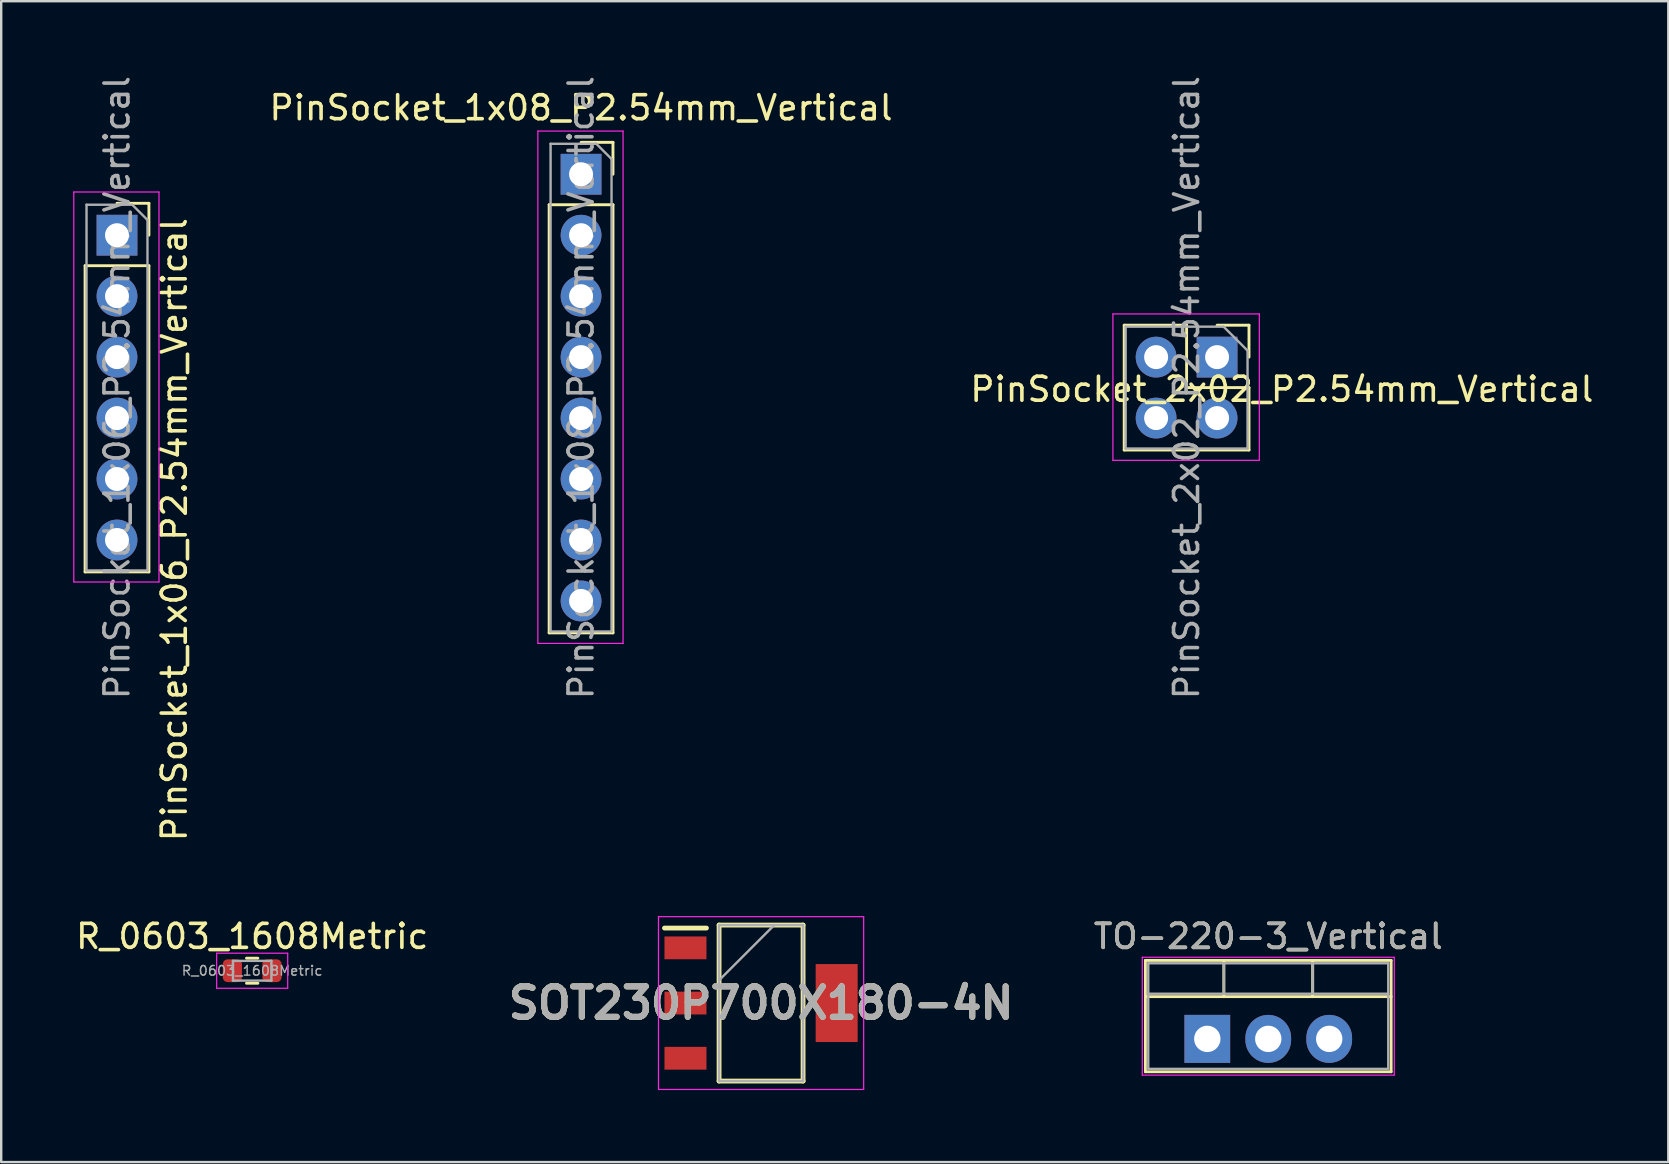
<source format=kicad_pcb>
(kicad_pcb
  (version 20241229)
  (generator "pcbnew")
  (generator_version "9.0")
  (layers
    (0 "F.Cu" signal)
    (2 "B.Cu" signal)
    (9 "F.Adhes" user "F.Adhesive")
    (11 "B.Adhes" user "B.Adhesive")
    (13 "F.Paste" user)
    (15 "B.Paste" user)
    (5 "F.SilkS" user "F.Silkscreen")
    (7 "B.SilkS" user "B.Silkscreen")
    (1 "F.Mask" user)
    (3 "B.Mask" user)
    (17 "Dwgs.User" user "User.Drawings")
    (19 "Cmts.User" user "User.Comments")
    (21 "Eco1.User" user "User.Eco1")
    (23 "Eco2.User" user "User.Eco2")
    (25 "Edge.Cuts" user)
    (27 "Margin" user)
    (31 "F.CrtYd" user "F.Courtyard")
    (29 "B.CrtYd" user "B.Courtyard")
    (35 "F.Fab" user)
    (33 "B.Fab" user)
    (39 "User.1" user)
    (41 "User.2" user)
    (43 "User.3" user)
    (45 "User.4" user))
  (footprint "PinSocket_1x06_P2.54mm_Vertical"
    (layer "F.Cu")
    (at 1.825 6.751)
    (property "Reference" "PinSocket_1x06_P2.54mm_Vertical" (at 2.388 12.268 90) (layer "F.SilkS") (effects (font (size 1 1) (thickness 0.15))))
    (attr through_hole)
    (fp_line (start -1.33 1.27) (end -1.33 14.03) (stroke (width 0.12) (type solid)) (layer "F.SilkS"))
    (fp_line (start -1.33 1.27) (end 1.33 1.27) (stroke (width 0.12) (type solid)) (layer "F.SilkS"))
    (fp_line (start -1.33 14.03) (end 1.33 14.03) (stroke (width 0.12) (type solid)) (layer "F.SilkS"))
    (fp_line (start 0 -1.33) (end 1.33 -1.33) (stroke (width 0.12) (type solid)) (layer "F.SilkS"))
    (fp_line (start 1.33 -1.33) (end 1.33 0) (stroke (width 0.12) (type solid)) (layer "F.SilkS"))
    (fp_line (start 1.33 1.27) (end 1.33 14.03) (stroke (width 0.12) (type solid)) (layer "F.SilkS"))
    (fp_line (start -1.8 -1.8) (end 1.75 -1.8) (stroke (width 0.05) (type solid)) (layer "F.CrtYd"))
    (fp_line (start -1.8 14.45) (end -1.8 -1.8) (stroke (width 0.05) (type solid)) (layer "F.CrtYd"))
    (fp_line (start 1.75 -1.8) (end 1.75 14.45) (stroke (width 0.05) (type solid)) (layer "F.CrtYd"))
    (fp_line (start 1.75 14.45) (end -1.8 14.45) (stroke (width 0.05) (type solid)) (layer "F.CrtYd"))
    (fp_line (start -1.27 -1.27) (end 0.635 -1.27) (stroke (width 0.1) (type solid)) (layer "F.Fab"))
    (fp_line (start -1.27 13.97) (end -1.27 -1.27) (stroke (width 0.1) (type solid)) (layer "F.Fab"))
    (fp_line (start 0.635 -1.27) (end 1.27 -0.635) (stroke (width 0.1) (type solid)) (layer "F.Fab"))
    (fp_line (start 1.27 -0.635) (end 1.27 13.97) (stroke (width 0.1) (type solid)) (layer "F.Fab"))
    (fp_line (start 1.27 13.97) (end -1.27 13.97) (stroke (width 0.1) (type solid)) (layer "F.Fab"))
    (fp_text user "${REFERENCE}" (at 0 6.35 270) (layer "F.Fab") (effects (font (size 1 1) (thickness 0.15))))
    (pad "1" thru_hole rect (at 0 0) (size 1.7 1.7) (drill 1) (layers "*.Cu" "*.Mask"))
    (pad "2" thru_hole oval (at 0 2.54) (size 1.7 1.7) (drill 1) (layers "*.Cu" "*.Mask"))
    (pad "3" thru_hole oval (at 0 5.08) (size 1.7 1.7) (drill 1) (layers "*.Cu" "*.Mask"))
    (pad "4" thru_hole oval (at 0 7.62) (size 1.7 1.7) (drill 1) (layers "*.Cu" "*.Mask"))
    (pad "5" thru_hole oval (at 0 10.16) (size 1.7 1.7) (drill 1) (layers "*.Cu" "*.Mask"))
    (pad "6" thru_hole oval (at 0 12.7) (size 1.7 1.7) (drill 1) (layers "*.Cu" "*.Mask")))
  (footprint "PinSocket_1x08_P2.54mm_Vertical"
    (layer "F.Cu")
    (at 21.162 4.211)
    (property "Reference" "PinSocket_1x08_P2.54mm_Vertical" (at 0 -2.77 0) (layer "F.SilkS") (effects (font (size 1 1) (thickness 0.15))))
    (attr through_hole)
    (fp_line (start -1.33 1.27) (end -1.33 19.11) (stroke (width 0.12) (type solid)) (layer "F.SilkS"))
    (fp_line (start -1.33 1.27) (end 1.33 1.27) (stroke (width 0.12) (type solid)) (layer "F.SilkS"))
    (fp_line (start -1.33 19.11) (end 1.33 19.11) (stroke (width 0.12) (type solid)) (layer "F.SilkS"))
    (fp_line (start 0 -1.33) (end 1.33 -1.33) (stroke (width 0.12) (type solid)) (layer "F.SilkS"))
    (fp_line (start 1.33 -1.33) (end 1.33 0) (stroke (width 0.12) (type solid)) (layer "F.SilkS"))
    (fp_line (start 1.33 1.27) (end 1.33 19.11) (stroke (width 0.12) (type solid)) (layer "F.SilkS"))
    (fp_line (start -1.8 -1.8) (end 1.75 -1.8) (stroke (width 0.05) (type solid)) (layer "F.CrtYd"))
    (fp_line (start -1.8 19.55) (end -1.8 -1.8) (stroke (width 0.05) (type solid)) (layer "F.CrtYd"))
    (fp_line (start 1.75 -1.8) (end 1.75 19.55) (stroke (width 0.05) (type solid)) (layer "F.CrtYd"))
    (fp_line (start 1.75 19.55) (end -1.8 19.55) (stroke (width 0.05) (type solid)) (layer "F.CrtYd"))
    (fp_line (start -1.27 -1.27) (end 0.635 -1.27) (stroke (width 0.1) (type solid)) (layer "F.Fab"))
    (fp_line (start -1.27 19.05) (end -1.27 -1.27) (stroke (width 0.1) (type solid)) (layer "F.Fab"))
    (fp_line (start 0.635 -1.27) (end 1.27 -0.635) (stroke (width 0.1) (type solid)) (layer "F.Fab"))
    (fp_line (start 1.27 -0.635) (end 1.27 19.05) (stroke (width 0.1) (type solid)) (layer "F.Fab"))
    (fp_line (start 1.27 19.05) (end -1.27 19.05) (stroke (width 0.1) (type solid)) (layer "F.Fab"))
    (fp_text user "${REFERENCE}" (at 0 8.89 270) (layer "F.Fab") (effects (font (size 1 1) (thickness 0.15))))
    (pad "1" thru_hole rect (at 0 0) (size 1.7 1.7) (drill 1) (layers "*.Cu" "*.Mask"))
    (pad "2" thru_hole oval (at 0 2.54) (size 1.7 1.7) (drill 1) (layers "*.Cu" "*.Mask"))
    (pad "3" thru_hole oval (at 0 5.08) (size 1.7 1.7) (drill 1) (layers "*.Cu" "*.Mask"))
    (pad "4" thru_hole oval (at 0 7.62) (size 1.7 1.7) (drill 1) (layers "*.Cu" "*.Mask"))
    (pad "5" thru_hole oval (at 0 10.16) (size 1.7 1.7) (drill 1) (layers "*.Cu" "*.Mask"))
    (pad "6" thru_hole oval (at 0 12.7) (size 1.7 1.7) (drill 1) (layers "*.Cu" "*.Mask"))
    (pad "7" thru_hole oval (at 0 15.24) (size 1.7 1.7) (drill 1) (layers "*.Cu" "*.Mask"))
    (pad "8" thru_hole oval (at 0 17.78) (size 1.7 1.7) (drill 1) (layers "*.Cu" "*.Mask")))
  (footprint "TO-220-3_Vertical"
    (layer "F.Cu")
    (at 47.257 40.239)
    (property "Reference" "TO-220-3_Vertical" (at 2.54 -4.27 180) (layer "F.SilkS") (effects (font (size 1 1) (thickness 0.15))))
    (attr through_hole)
    (fp_line (start -2.58 -3.27) (end -2.58 1.371) (stroke (width 0.12) (type solid)) (layer "F.SilkS"))
    (fp_line (start -2.58 -3.27) (end 7.66 -3.27) (stroke (width 0.12) (type solid)) (layer "F.SilkS"))
    (fp_line (start -2.58 -1.76) (end 7.66 -1.76) (stroke (width 0.12) (type solid)) (layer "F.SilkS"))
    (fp_line (start -2.58 1.371) (end 7.66 1.371) (stroke (width 0.12) (type solid)) (layer "F.SilkS"))
    (fp_line (start 0.69 -3.27) (end 0.69 -1.76) (stroke (width 0.12) (type solid)) (layer "F.SilkS"))
    (fp_line (start 4.391 -3.27) (end 4.391 -1.76) (stroke (width 0.12) (type solid)) (layer "F.SilkS"))
    (fp_line (start 7.66 -3.27) (end 7.66 1.371) (stroke (width 0.12) (type solid)) (layer "F.SilkS"))
    (fp_line (start -2.71 -3.4) (end -2.71 1.51) (stroke (width 0.05) (type solid)) (layer "F.CrtYd"))
    (fp_line (start -2.71 1.51) (end 7.79 1.51) (stroke (width 0.05) (type solid)) (layer "F.CrtYd"))
    (fp_line (start 7.79 -3.4) (end -2.71 -3.4) (stroke (width 0.05) (type solid)) (layer "F.CrtYd"))
    (fp_line (start 7.79 1.51) (end 7.79 -3.4) (stroke (width 0.05) (type solid)) (layer "F.CrtYd"))
    (fp_line (start -2.46 -3.15) (end -2.46 1.25) (stroke (width 0.1) (type solid)) (layer "F.Fab"))
    (fp_line (start -2.46 -1.88) (end 7.54 -1.88) (stroke (width 0.1) (type solid)) (layer "F.Fab"))
    (fp_line (start -2.46 1.25) (end 7.54 1.25) (stroke (width 0.1) (type solid)) (layer "F.Fab"))
    (fp_line (start 0.69 -3.15) (end 0.69 -1.88) (stroke (width 0.1) (type solid)) (layer "F.Fab"))
    (fp_line (start 4.39 -3.15) (end 4.39 -1.88) (stroke (width 0.1) (type solid)) (layer "F.Fab"))
    (fp_line (start 7.54 -3.15) (end -2.46 -3.15) (stroke (width 0.1) (type solid)) (layer "F.Fab"))
    (fp_line (start 7.54 1.25) (end 7.54 -3.15) (stroke (width 0.1) (type solid)) (layer "F.Fab"))
    (fp_text user "${REFERENCE}" (at 2.54 -4.27 180) (layer "F.Fab") (effects (font (size 1 1) (thickness 0.15))))
    (pad "1" thru_hole rect (at 0 0) (size 1.905 2) (drill 1.1) (layers "*.Cu" "*.Mask"))
    (pad "2" thru_hole oval (at 2.54 0) (size 1.905 2) (drill 1.1) (layers "*.Cu" "*.Mask"))
    (pad "3" thru_hole oval (at 5.08 0) (size 1.905 2) (drill 1.1) (layers "*.Cu" "*.Mask")))
  (footprint "R_0603_1608Metric"
    (layer "F.Cu")
    (at 7.458 37.399)
    (property "Reference" "R_0603_1608Metric" (at 0 -1.43 180) (layer "F.SilkS") (effects (font (size 1 1) (thickness 0.15))))
    (attr smd)
    (fp_line (start -0.237 -0.522) (end 0.237 -0.522) (stroke (width 0.12) (type solid)) (layer "F.SilkS"))
    (fp_line (start -0.237 0.522) (end 0.237 0.522) (stroke (width 0.12) (type solid)) (layer "F.SilkS"))
    (fp_line (start -1.48 -0.73) (end 1.48 -0.73) (stroke (width 0.05) (type solid)) (layer "F.CrtYd"))
    (fp_line (start -1.48 0.73) (end -1.48 -0.73) (stroke (width 0.05) (type solid)) (layer "F.CrtYd"))
    (fp_line (start 1.48 -0.73) (end 1.48 0.73) (stroke (width 0.05) (type solid)) (layer "F.CrtYd"))
    (fp_line (start 1.48 0.73) (end -1.48 0.73) (stroke (width 0.05) (type solid)) (layer "F.CrtYd"))
    (fp_line (start -0.8 -0.412) (end 0.8 -0.412) (stroke (width 0.1) (type solid)) (layer "F.Fab"))
    (fp_line (start -0.8 0.412) (end -0.8 -0.412) (stroke (width 0.1) (type solid)) (layer "F.Fab"))
    (fp_line (start 0.8 -0.412) (end 0.8 0.412) (stroke (width 0.1) (type solid)) (layer "F.Fab"))
    (fp_line (start 0.8 0.412) (end -0.8 0.412) (stroke (width 0.1) (type solid)) (layer "F.Fab"))
    (fp_text user "${REFERENCE}" (at 0 0 180) (layer "F.Fab") (effects (font (size 0.4 0.4) (thickness 0.06))))
    (pad "1" smd roundrect (at -0.825 0) (size 0.8 0.95) (layers "F.Cu" "F.Mask" "F.Paste") (roundrect_rratio 0.25))
    (pad "2" smd roundrect (at 0.825 0) (size 0.8 0.95) (layers "F.Cu" "F.Mask" "F.Paste") (roundrect_rratio 0.25)))
  (footprint "SOT230P700X180-4N"
    (layer "F.Cu")
    (at 28.663 38.746)
    (property "Reference" "SOT230P700X180-4N" (at 0 0 0) (layer "F.SilkS") (effects (font (size 1.27 1.27) (thickness 0.254))))
    (attr smd)
    (fp_line (start -4.025 -3.125) (end -2.275 -3.125) (stroke (width 0.2) (type solid)) (layer "F.SilkS"))
    (fp_line (start -1.75 -3.25) (end 1.75 -3.25) (stroke (width 0.2) (type solid)) (layer "F.SilkS"))
    (fp_line (start -1.75 3.25) (end -1.75 -3.25) (stroke (width 0.2) (type solid)) (layer "F.SilkS"))
    (fp_line (start 1.75 -3.25) (end 1.75 3.25) (stroke (width 0.2) (type solid)) (layer "F.SilkS"))
    (fp_line (start 1.75 3.25) (end -1.75 3.25) (stroke (width 0.2) (type solid)) (layer "F.SilkS"))
    (fp_line (start -4.275 -3.6) (end 4.275 -3.6) (stroke (width 0.05) (type solid)) (layer "F.CrtYd"))
    (fp_line (start -4.275 3.6) (end -4.275 -3.6) (stroke (width 0.05) (type solid)) (layer "F.CrtYd"))
    (fp_line (start 4.275 -3.6) (end 4.275 3.6) (stroke (width 0.05) (type solid)) (layer "F.CrtYd"))
    (fp_line (start 4.275 3.6) (end -4.275 3.6) (stroke (width 0.05) (type solid)) (layer "F.CrtYd"))
    (fp_line (start -1.75 -3.25) (end 1.75 -3.25) (stroke (width 0.1) (type solid)) (layer "F.Fab"))
    (fp_line (start -1.75 -0.95) (end 0.55 -3.25) (stroke (width 0.1) (type solid)) (layer "F.Fab"))
    (fp_line (start -1.75 3.25) (end -1.75 -3.25) (stroke (width 0.1) (type solid)) (layer "F.Fab"))
    (fp_line (start 1.75 -3.25) (end 1.75 3.25) (stroke (width 0.1) (type solid)) (layer "F.Fab"))
    (fp_line (start 1.75 3.25) (end -1.75 3.25) (stroke (width 0.1) (type solid)) (layer "F.Fab"))
    (fp_text user "${REFERENCE}" (at 0 0 0) (layer "F.Fab") (effects (font (size 1.27 1.27) (thickness 0.254))))
    (pad "1" smd rect (at -3.15 -2.3 90) (size 0.95 1.75) (layers "F.Cu" "F.Mask" "F.Paste"))
    (pad "2" smd rect (at -3.15 0 90) (size 0.95 1.75) (layers "F.Cu" "F.Mask" "F.Paste"))
    (pad "3" smd rect (at -3.15 2.3 90) (size 0.95 1.75) (layers "F.Cu" "F.Mask" "F.Paste"))
    (pad "4" smd rect (at 3.15 0) (size 1.75 3.25) (layers "F.Cu" "F.Mask" "F.Paste")))
  (footprint "PinSocket_2x02_P2.54mm_Vertical"
    (layer "F.Cu")
    (at 47.664 11.831)
    (property "Reference" "PinSocket_2x02_P2.54mm_Vertical" (at 2.7 1.34 0) (layer "F.SilkS") (effects (font (size 1 1) (thickness 0.15))))
    (attr through_hole)
    (fp_line (start -3.87 -1.33) (end -3.87 3.87) (stroke (width 0.12) (type solid)) (layer "F.SilkS"))
    (fp_line (start -3.87 -1.33) (end -1.27 -1.33) (stroke (width 0.12) (type solid)) (layer "F.SilkS"))
    (fp_line (start -3.87 3.87) (end 1.33 3.87) (stroke (width 0.12) (type solid)) (layer "F.SilkS"))
    (fp_line (start -1.27 -1.33) (end -1.27 1.27) (stroke (width 0.12) (type solid)) (layer "F.SilkS"))
    (fp_line (start -1.27 1.27) (end 1.33 1.27) (stroke (width 0.12) (type solid)) (layer "F.SilkS"))
    (fp_line (start 0 -1.33) (end 1.33 -1.33) (stroke (width 0.12) (type solid)) (layer "F.SilkS"))
    (fp_line (start 1.33 -1.33) (end 1.33 0) (stroke (width 0.12) (type solid)) (layer "F.SilkS"))
    (fp_line (start 1.33 1.27) (end 1.33 3.87) (stroke (width 0.12) (type solid)) (layer "F.SilkS"))
    (fp_line (start -4.34 -1.8) (end 1.76 -1.8) (stroke (width 0.05) (type solid)) (layer "F.CrtYd"))
    (fp_line (start -4.34 4.3) (end -4.34 -1.8) (stroke (width 0.05) (type solid)) (layer "F.CrtYd"))
    (fp_line (start 1.76 -1.8) (end 1.76 4.3) (stroke (width 0.05) (type solid)) (layer "F.CrtYd"))
    (fp_line (start 1.76 4.3) (end -4.34 4.3) (stroke (width 0.05) (type solid)) (layer "F.CrtYd"))
    (fp_line (start -3.81 -1.27) (end 0.27 -1.27) (stroke (width 0.1) (type solid)) (layer "F.Fab"))
    (fp_line (start -3.81 3.81) (end -3.81 -1.27) (stroke (width 0.1) (type solid)) (layer "F.Fab"))
    (fp_line (start 0.27 -1.27) (end 1.27 -0.27) (stroke (width 0.1) (type solid)) (layer "F.Fab"))
    (fp_line (start 1.27 -0.27) (end 1.27 3.81) (stroke (width 0.1) (type solid)) (layer "F.Fab"))
    (fp_line (start 1.27 3.81) (end -3.81 3.81) (stroke (width 0.1) (type solid)) (layer "F.Fab"))
    (fp_text user "${REFERENCE}" (at -1.27 1.27 90) (layer "F.Fab") (effects (font (size 1 1) (thickness 0.15))))
    (pad "1" thru_hole rect (at 0 0) (size 1.7 1.7) (drill 1) (layers "*.Cu" "*.Mask"))
    (pad "2" thru_hole oval (at -2.54 0) (size 1.7 1.7) (drill 1) (layers "*.Cu" "*.Mask"))
    (pad "3" thru_hole oval (at 0 2.54) (size 1.7 1.7) (drill 1) (layers "*.Cu" "*.Mask"))
    (pad "4" thru_hole oval (at -2.54 2.54) (size 1.7 1.7) (drill 1) (layers "*.Cu" "*.Mask")))
  (gr_rect
    (start -3 -3)
    (end 66.466 45.371)
    (stroke (width 0.1) (type default))
    (fill no)
    (layer "Edge.Cuts")))
</source>
